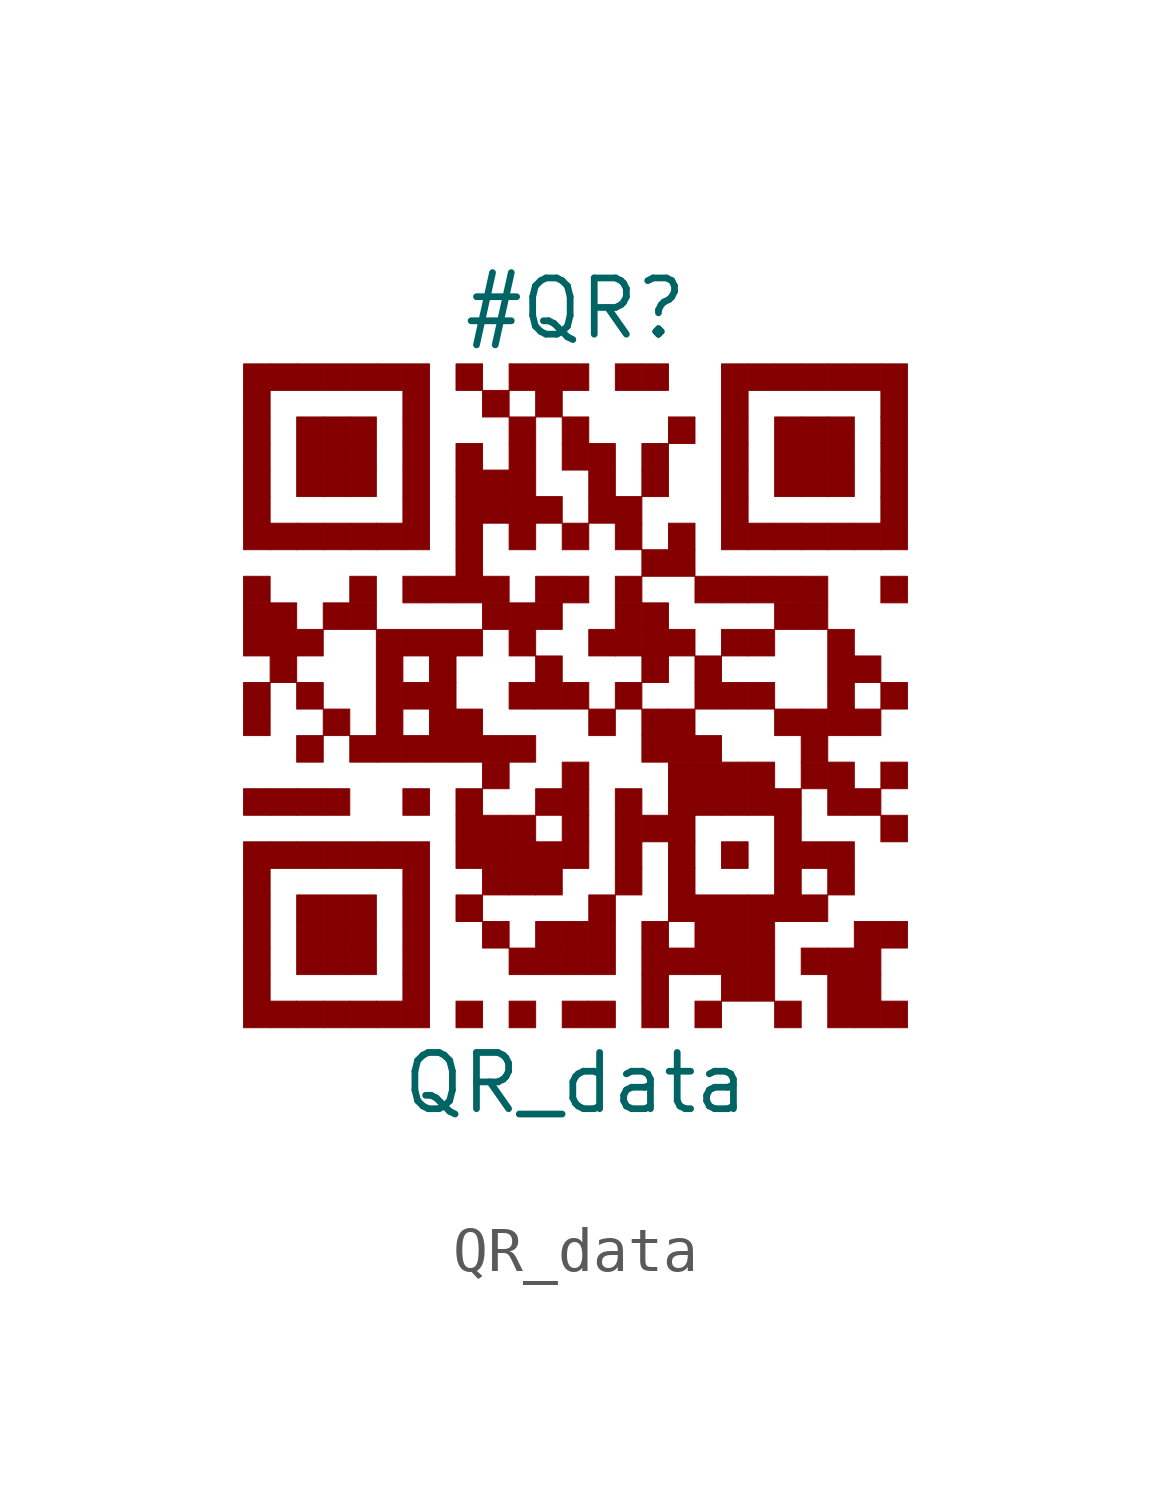
<source format=kicad_sym>
(kicad_symbol_lib
  (version 20211014)
  (generator kibot)
  (symbol "QR_data"
    (pin_numbers hide)
    (pin_names hide)
    (property "Reference" "#QR"
      (at 0 8.75 0))
    (property "Value" "QR_data"
      (at 0 -8.75 0))
    (rectangle
      (start -7.5 7.5)
      (end -6.9 6.9)
      (stroke (width 0.001) (type default))
      (fill (type outline)))
    (rectangle
      (start -6.9 7.5)
      (end -6.3 6.9)
      (stroke (width 0.001) (type default))
      (fill (type outline)))
    (rectangle
      (start -6.3 7.5)
      (end -5.7 6.9)
      (stroke (width 0.001) (type default))
      (fill (type outline)))
    (rectangle
      (start -5.7 7.5)
      (end -5.1 6.9)
      (stroke (width 0.001) (type default))
      (fill (type outline)))
    (rectangle
      (start -5.1 7.5)
      (end -4.5 6.9)
      (stroke (width 0.001) (type default))
      (fill (type outline)))
    (rectangle
      (start -4.5 7.5)
      (end -3.9 6.9)
      (stroke (width 0.001) (type default))
      (fill (type outline)))
    (rectangle
      (start -3.9 7.5)
      (end -3.3 6.9)
      (stroke (width 0.001) (type default))
      (fill (type outline)))
    (rectangle
      (start -2.7 7.5)
      (end -2.1 6.9)
      (stroke (width 0.001) (type default))
      (fill (type outline)))
    (rectangle
      (start -1.5 7.5)
      (end -0.9 6.9)
      (stroke (width 0.001) (type default))
      (fill (type outline)))
    (rectangle
      (start -0.9 7.5)
      (end -0.3 6.9)
      (stroke (width 0.001) (type default))
      (fill (type outline)))
    (rectangle
      (start -0.3 7.5)
      (end 0.3 6.9)
      (stroke (width 0.001) (type default))
      (fill (type outline)))
    (rectangle
      (start 0.9 7.5)
      (end 1.5 6.9)
      (stroke (width 0.001) (type default))
      (fill (type outline)))
    (rectangle
      (start 1.5 7.5)
      (end 2.1 6.9)
      (stroke (width 0.001) (type default))
      (fill (type outline)))
    (rectangle
      (start 3.3 7.5)
      (end 3.9 6.9)
      (stroke (width 0.001) (type default))
      (fill (type outline)))
    (rectangle
      (start 3.9 7.5)
      (end 4.5 6.9)
      (stroke (width 0.001) (type default))
      (fill (type outline)))
    (rectangle
      (start 4.5 7.5)
      (end 5.1 6.9)
      (stroke (width 0.001) (type default))
      (fill (type outline)))
    (rectangle
      (start 5.1 7.5)
      (end 5.7 6.9)
      (stroke (width 0.001) (type default))
      (fill (type outline)))
    (rectangle
      (start 5.7 7.5)
      (end 6.3 6.9)
      (stroke (width 0.001) (type default))
      (fill (type outline)))
    (rectangle
      (start 6.3 7.5)
      (end 6.9 6.9)
      (stroke (width 0.001) (type default))
      (fill (type outline)))
    (rectangle
      (start 6.9 7.5)
      (end 7.5 6.9)
      (stroke (width 0.001) (type default))
      (fill (type outline)))
    (rectangle
      (start -7.5 6.9)
      (end -6.9 6.3)
      (stroke (width 0.001) (type default))
      (fill (type outline)))
    (rectangle
      (start -3.9 6.9)
      (end -3.3 6.3)
      (stroke (width 0.001) (type default))
      (fill (type outline)))
    (rectangle
      (start -2.1 6.9)
      (end -1.5 6.3)
      (stroke (width 0.001) (type default))
      (fill (type outline)))
    (rectangle
      (start -0.9 6.9)
      (end -0.3 6.3)
      (stroke (width 0.001) (type default))
      (fill (type outline)))
    (rectangle
      (start 3.3 6.9)
      (end 3.9 6.3)
      (stroke (width 0.001) (type default))
      (fill (type outline)))
    (rectangle
      (start 6.9 6.9)
      (end 7.5 6.3)
      (stroke (width 0.001) (type default))
      (fill (type outline)))
    (rectangle
      (start -7.5 6.3)
      (end -6.9 5.7)
      (stroke (width 0.001) (type default))
      (fill (type outline)))
    (rectangle
      (start -6.3 6.3)
      (end -5.7 5.7)
      (stroke (width 0.001) (type default))
      (fill (type outline)))
    (rectangle
      (start -5.7 6.3)
      (end -5.1 5.7)
      (stroke (width 0.001) (type default))
      (fill (type outline)))
    (rectangle
      (start -5.1 6.3)
      (end -4.5 5.7)
      (stroke (width 0.001) (type default))
      (fill (type outline)))
    (rectangle
      (start -3.9 6.3)
      (end -3.3 5.7)
      (stroke (width 0.001) (type default))
      (fill (type outline)))
    (rectangle
      (start -1.5 6.3)
      (end -0.9 5.7)
      (stroke (width 0.001) (type default))
      (fill (type outline)))
    (rectangle
      (start -0.3 6.3)
      (end 0.3 5.7)
      (stroke (width 0.001) (type default))
      (fill (type outline)))
    (rectangle
      (start 2.1 6.3)
      (end 2.7 5.7)
      (stroke (width 0.001) (type default))
      (fill (type outline)))
    (rectangle
      (start 3.3 6.3)
      (end 3.9 5.7)
      (stroke (width 0.001) (type default))
      (fill (type outline)))
    (rectangle
      (start 4.5 6.3)
      (end 5.1 5.7)
      (stroke (width 0.001) (type default))
      (fill (type outline)))
    (rectangle
      (start 5.1 6.3)
      (end 5.7 5.7)
      (stroke (width 0.001) (type default))
      (fill (type outline)))
    (rectangle
      (start 5.7 6.3)
      (end 6.3 5.7)
      (stroke (width 0.001) (type default))
      (fill (type outline)))
    (rectangle
      (start 6.9 6.3)
      (end 7.5 5.7)
      (stroke (width 0.001) (type default))
      (fill (type outline)))
    (rectangle
      (start -7.5 5.7)
      (end -6.9 5.1)
      (stroke (width 0.001) (type default))
      (fill (type outline)))
    (rectangle
      (start -6.3 5.7)
      (end -5.7 5.1)
      (stroke (width 0.001) (type default))
      (fill (type outline)))
    (rectangle
      (start -5.7 5.7)
      (end -5.1 5.1)
      (stroke (width 0.001) (type default))
      (fill (type outline)))
    (rectangle
      (start -5.1 5.7)
      (end -4.5 5.1)
      (stroke (width 0.001) (type default))
      (fill (type outline)))
    (rectangle
      (start -3.9 5.7)
      (end -3.3 5.1)
      (stroke (width 0.001) (type default))
      (fill (type outline)))
    (rectangle
      (start -2.7 5.7)
      (end -2.1 5.1)
      (stroke (width 0.001) (type default))
      (fill (type outline)))
    (rectangle
      (start -1.5 5.7)
      (end -0.9 5.1)
      (stroke (width 0.001) (type default))
      (fill (type outline)))
    (rectangle
      (start -0.3 5.7)
      (end 0.3 5.1)
      (stroke (width 0.001) (type default))
      (fill (type outline)))
    (rectangle
      (start 0.3 5.7)
      (end 0.9 5.1)
      (stroke (width 0.001) (type default))
      (fill (type outline)))
    (rectangle
      (start 1.5 5.7)
      (end 2.1 5.1)
      (stroke (width 0.001) (type default))
      (fill (type outline)))
    (rectangle
      (start 3.3 5.7)
      (end 3.9 5.1)
      (stroke (width 0.001) (type default))
      (fill (type outline)))
    (rectangle
      (start 4.5 5.7)
      (end 5.1 5.1)
      (stroke (width 0.001) (type default))
      (fill (type outline)))
    (rectangle
      (start 5.1 5.7)
      (end 5.7 5.1)
      (stroke (width 0.001) (type default))
      (fill (type outline)))
    (rectangle
      (start 5.7 5.7)
      (end 6.3 5.1)
      (stroke (width 0.001) (type default))
      (fill (type outline)))
    (rectangle
      (start 6.9 5.7)
      (end 7.5 5.1)
      (stroke (width 0.001) (type default))
      (fill (type outline)))
    (rectangle
      (start -7.5 5.1)
      (end -6.9 4.5)
      (stroke (width 0.001) (type default))
      (fill (type outline)))
    (rectangle
      (start -6.3 5.1)
      (end -5.7 4.5)
      (stroke (width 0.001) (type default))
      (fill (type outline)))
    (rectangle
      (start -5.7 5.1)
      (end -5.1 4.5)
      (stroke (width 0.001) (type default))
      (fill (type outline)))
    (rectangle
      (start -5.1 5.1)
      (end -4.5 4.5)
      (stroke (width 0.001) (type default))
      (fill (type outline)))
    (rectangle
      (start -3.9 5.1)
      (end -3.3 4.5)
      (stroke (width 0.001) (type default))
      (fill (type outline)))
    (rectangle
      (start -2.7 5.1)
      (end -2.1 4.5)
      (stroke (width 0.001) (type default))
      (fill (type outline)))
    (rectangle
      (start -2.1 5.1)
      (end -1.5 4.5)
      (stroke (width 0.001) (type default))
      (fill (type outline)))
    (rectangle
      (start -1.5 5.1)
      (end -0.9 4.5)
      (stroke (width 0.001) (type default))
      (fill (type outline)))
    (rectangle
      (start 0.3 5.1)
      (end 0.9 4.5)
      (stroke (width 0.001) (type default))
      (fill (type outline)))
    (rectangle
      (start 1.5 5.1)
      (end 2.1 4.5)
      (stroke (width 0.001) (type default))
      (fill (type outline)))
    (rectangle
      (start 3.3 5.1)
      (end 3.9 4.5)
      (stroke (width 0.001) (type default))
      (fill (type outline)))
    (rectangle
      (start 4.5 5.1)
      (end 5.1 4.5)
      (stroke (width 0.001) (type default))
      (fill (type outline)))
    (rectangle
      (start 5.1 5.1)
      (end 5.7 4.5)
      (stroke (width 0.001) (type default))
      (fill (type outline)))
    (rectangle
      (start 5.7 5.1)
      (end 6.3 4.5)
      (stroke (width 0.001) (type default))
      (fill (type outline)))
    (rectangle
      (start 6.9 5.1)
      (end 7.5 4.5)
      (stroke (width 0.001) (type default))
      (fill (type outline)))
    (rectangle
      (start -7.5 4.5)
      (end -6.9 3.9)
      (stroke (width 0.001) (type default))
      (fill (type outline)))
    (rectangle
      (start -3.9 4.5)
      (end -3.3 3.9)
      (stroke (width 0.001) (type default))
      (fill (type outline)))
    (rectangle
      (start -2.7 4.5)
      (end -2.1 3.9)
      (stroke (width 0.001) (type default))
      (fill (type outline)))
    (rectangle
      (start -2.1 4.5)
      (end -1.5 3.9)
      (stroke (width 0.001) (type default))
      (fill (type outline)))
    (rectangle
      (start -1.5 4.5)
      (end -0.9 3.9)
      (stroke (width 0.001) (type default))
      (fill (type outline)))
    (rectangle
      (start -0.9 4.5)
      (end -0.3 3.9)
      (stroke (width 0.001) (type default))
      (fill (type outline)))
    (rectangle
      (start 0.3 4.5)
      (end 0.9 3.9)
      (stroke (width 0.001) (type default))
      (fill (type outline)))
    (rectangle
      (start 0.9 4.5)
      (end 1.5 3.9)
      (stroke (width 0.001) (type default))
      (fill (type outline)))
    (rectangle
      (start 3.3 4.5)
      (end 3.9 3.9)
      (stroke (width 0.001) (type default))
      (fill (type outline)))
    (rectangle
      (start 6.9 4.5)
      (end 7.5 3.9)
      (stroke (width 0.001) (type default))
      (fill (type outline)))
    (rectangle
      (start -7.5 3.9)
      (end -6.9 3.3)
      (stroke (width 0.001) (type default))
      (fill (type outline)))
    (rectangle
      (start -6.9 3.9)
      (end -6.3 3.3)
      (stroke (width 0.001) (type default))
      (fill (type outline)))
    (rectangle
      (start -6.3 3.9)
      (end -5.7 3.3)
      (stroke (width 0.001) (type default))
      (fill (type outline)))
    (rectangle
      (start -5.7 3.9)
      (end -5.1 3.3)
      (stroke (width 0.001) (type default))
      (fill (type outline)))
    (rectangle
      (start -5.1 3.9)
      (end -4.5 3.3)
      (stroke (width 0.001) (type default))
      (fill (type outline)))
    (rectangle
      (start -4.5 3.9)
      (end -3.9 3.3)
      (stroke (width 0.001) (type default))
      (fill (type outline)))
    (rectangle
      (start -3.9 3.9)
      (end -3.3 3.3)
      (stroke (width 0.001) (type default))
      (fill (type outline)))
    (rectangle
      (start -2.7 3.9)
      (end -2.1 3.3)
      (stroke (width 0.001) (type default))
      (fill (type outline)))
    (rectangle
      (start -1.5 3.9)
      (end -0.9 3.3)
      (stroke (width 0.001) (type default))
      (fill (type outline)))
    (rectangle
      (start -0.3 3.9)
      (end 0.3 3.3)
      (stroke (width 0.001) (type default))
      (fill (type outline)))
    (rectangle
      (start 0.9 3.9)
      (end 1.5 3.3)
      (stroke (width 0.001) (type default))
      (fill (type outline)))
    (rectangle
      (start 2.1 3.9)
      (end 2.7 3.3)
      (stroke (width 0.001) (type default))
      (fill (type outline)))
    (rectangle
      (start 3.3 3.9)
      (end 3.9 3.3)
      (stroke (width 0.001) (type default))
      (fill (type outline)))
    (rectangle
      (start 3.9 3.9)
      (end 4.5 3.3)
      (stroke (width 0.001) (type default))
      (fill (type outline)))
    (rectangle
      (start 4.5 3.9)
      (end 5.1 3.3)
      (stroke (width 0.001) (type default))
      (fill (type outline)))
    (rectangle
      (start 5.1 3.9)
      (end 5.7 3.3)
      (stroke (width 0.001) (type default))
      (fill (type outline)))
    (rectangle
      (start 5.7 3.9)
      (end 6.3 3.3)
      (stroke (width 0.001) (type default))
      (fill (type outline)))
    (rectangle
      (start 6.3 3.9)
      (end 6.9 3.3)
      (stroke (width 0.001) (type default))
      (fill (type outline)))
    (rectangle
      (start 6.9 3.9)
      (end 7.5 3.3)
      (stroke (width 0.001) (type default))
      (fill (type outline)))
    (rectangle
      (start -2.7 3.3)
      (end -2.1 2.7)
      (stroke (width 0.001) (type default))
      (fill (type outline)))
    (rectangle
      (start 1.5 3.3)
      (end 2.1 2.7)
      (stroke (width 0.001) (type default))
      (fill (type outline)))
    (rectangle
      (start 2.1 3.3)
      (end 2.7 2.7)
      (stroke (width 0.001) (type default))
      (fill (type outline)))
    (rectangle
      (start -7.5 2.7)
      (end -6.9 2.1)
      (stroke (width 0.001) (type default))
      (fill (type outline)))
    (rectangle
      (start -5.1 2.7)
      (end -4.5 2.1)
      (stroke (width 0.001) (type default))
      (fill (type outline)))
    (rectangle
      (start -3.9 2.7)
      (end -3.3 2.1)
      (stroke (width 0.001) (type default))
      (fill (type outline)))
    (rectangle
      (start -3.3 2.7)
      (end -2.7 2.1)
      (stroke (width 0.001) (type default))
      (fill (type outline)))
    (rectangle
      (start -2.7 2.7)
      (end -2.1 2.1)
      (stroke (width 0.001) (type default))
      (fill (type outline)))
    (rectangle
      (start -2.1 2.7)
      (end -1.5 2.1)
      (stroke (width 0.001) (type default))
      (fill (type outline)))
    (rectangle
      (start -0.9 2.7)
      (end -0.3 2.1)
      (stroke (width 0.001) (type default))
      (fill (type outline)))
    (rectangle
      (start -0.3 2.7)
      (end 0.3 2.1)
      (stroke (width 0.001) (type default))
      (fill (type outline)))
    (rectangle
      (start 0.9 2.7)
      (end 1.5 2.1)
      (stroke (width 0.001) (type default))
      (fill (type outline)))
    (rectangle
      (start 2.7 2.7)
      (end 3.3 2.1)
      (stroke (width 0.001) (type default))
      (fill (type outline)))
    (rectangle
      (start 3.3 2.7)
      (end 3.9 2.1)
      (stroke (width 0.001) (type default))
      (fill (type outline)))
    (rectangle
      (start 3.9 2.7)
      (end 4.5 2.1)
      (stroke (width 0.001) (type default))
      (fill (type outline)))
    (rectangle
      (start 4.5 2.7)
      (end 5.1 2.1)
      (stroke (width 0.001) (type default))
      (fill (type outline)))
    (rectangle
      (start 5.1 2.7)
      (end 5.7 2.1)
      (stroke (width 0.001) (type default))
      (fill (type outline)))
    (rectangle
      (start 6.9 2.7)
      (end 7.5 2.1)
      (stroke (width 0.001) (type default))
      (fill (type outline)))
    (rectangle
      (start -7.5 2.1)
      (end -6.9 1.5)
      (stroke (width 0.001) (type default))
      (fill (type outline)))
    (rectangle
      (start -6.9 2.1)
      (end -6.3 1.5)
      (stroke (width 0.001) (type default))
      (fill (type outline)))
    (rectangle
      (start -5.7 2.1)
      (end -5.1 1.5)
      (stroke (width 0.001) (type default))
      (fill (type outline)))
    (rectangle
      (start -5.1 2.1)
      (end -4.5 1.5)
      (stroke (width 0.001) (type default))
      (fill (type outline)))
    (rectangle
      (start -2.1 2.1)
      (end -1.5 1.5)
      (stroke (width 0.001) (type default))
      (fill (type outline)))
    (rectangle
      (start -1.5 2.1)
      (end -0.9 1.5)
      (stroke (width 0.001) (type default))
      (fill (type outline)))
    (rectangle
      (start -0.9 2.1)
      (end -0.3 1.5)
      (stroke (width 0.001) (type default))
      (fill (type outline)))
    (rectangle
      (start 0.9 2.1)
      (end 1.5 1.5)
      (stroke (width 0.001) (type default))
      (fill (type outline)))
    (rectangle
      (start 1.5 2.1)
      (end 2.1 1.5)
      (stroke (width 0.001) (type default))
      (fill (type outline)))
    (rectangle
      (start 4.5 2.1)
      (end 5.1 1.5)
      (stroke (width 0.001) (type default))
      (fill (type outline)))
    (rectangle
      (start 5.1 2.1)
      (end 5.7 1.5)
      (stroke (width 0.001) (type default))
      (fill (type outline)))
    (rectangle
      (start -7.5 1.5)
      (end -6.9 0.9)
      (stroke (width 0.001) (type default))
      (fill (type outline)))
    (rectangle
      (start -6.9 1.5)
      (end -6.3 0.9)
      (stroke (width 0.001) (type default))
      (fill (type outline)))
    (rectangle
      (start -6.3 1.5)
      (end -5.7 0.9)
      (stroke (width 0.001) (type default))
      (fill (type outline)))
    (rectangle
      (start -4.5 1.5)
      (end -3.9 0.9)
      (stroke (width 0.001) (type default))
      (fill (type outline)))
    (rectangle
      (start -3.9 1.5)
      (end -3.3 0.9)
      (stroke (width 0.001) (type default))
      (fill (type outline)))
    (rectangle
      (start -3.3 1.5)
      (end -2.7 0.9)
      (stroke (width 0.001) (type default))
      (fill (type outline)))
    (rectangle
      (start -2.7 1.5)
      (end -2.1 0.9)
      (stroke (width 0.001) (type default))
      (fill (type outline)))
    (rectangle
      (start -1.5 1.5)
      (end -0.9 0.9)
      (stroke (width 0.001) (type default))
      (fill (type outline)))
    (rectangle
      (start 0.3 1.5)
      (end 0.9 0.9)
      (stroke (width 0.001) (type default))
      (fill (type outline)))
    (rectangle
      (start 0.9 1.5)
      (end 1.5 0.9)
      (stroke (width 0.001) (type default))
      (fill (type outline)))
    (rectangle
      (start 1.5 1.5)
      (end 2.1 0.9)
      (stroke (width 0.001) (type default))
      (fill (type outline)))
    (rectangle
      (start 2.1 1.5)
      (end 2.7 0.9)
      (stroke (width 0.001) (type default))
      (fill (type outline)))
    (rectangle
      (start 3.3 1.5)
      (end 3.9 0.9)
      (stroke (width 0.001) (type default))
      (fill (type outline)))
    (rectangle
      (start 3.9 1.5)
      (end 4.5 0.9)
      (stroke (width 0.001) (type default))
      (fill (type outline)))
    (rectangle
      (start 5.7 1.5)
      (end 6.3 0.9)
      (stroke (width 0.001) (type default))
      (fill (type outline)))
    (rectangle
      (start -6.9 0.9)
      (end -6.3 0.3)
      (stroke (width 0.001) (type default))
      (fill (type outline)))
    (rectangle
      (start -4.5 0.9)
      (end -3.9 0.3)
      (stroke (width 0.001) (type default))
      (fill (type outline)))
    (rectangle
      (start -3.3 0.9)
      (end -2.7 0.3)
      (stroke (width 0.001) (type default))
      (fill (type outline)))
    (rectangle
      (start -0.9 0.9)
      (end -0.3 0.3)
      (stroke (width 0.001) (type default))
      (fill (type outline)))
    (rectangle
      (start 1.5 0.9)
      (end 2.1 0.3)
      (stroke (width 0.001) (type default))
      (fill (type outline)))
    (rectangle
      (start 2.7 0.9)
      (end 3.3 0.3)
      (stroke (width 0.001) (type default))
      (fill (type outline)))
    (rectangle
      (start 5.7 0.9)
      (end 6.3 0.3)
      (stroke (width 0.001) (type default))
      (fill (type outline)))
    (rectangle
      (start 6.3 0.9)
      (end 6.9 0.3)
      (stroke (width 0.001) (type default))
      (fill (type outline)))
    (rectangle
      (start -7.5 0.3)
      (end -6.9 -0.3)
      (stroke (width 0.001) (type default))
      (fill (type outline)))
    (rectangle
      (start -6.3 0.3)
      (end -5.7 -0.3)
      (stroke (width 0.001) (type default))
      (fill (type outline)))
    (rectangle
      (start -4.5 0.3)
      (end -3.9 -0.3)
      (stroke (width 0.001) (type default))
      (fill (type outline)))
    (rectangle
      (start -3.9 0.3)
      (end -3.3 -0.3)
      (stroke (width 0.001) (type default))
      (fill (type outline)))
    (rectangle
      (start -3.3 0.3)
      (end -2.7 -0.3)
      (stroke (width 0.001) (type default))
      (fill (type outline)))
    (rectangle
      (start -1.5 0.3)
      (end -0.9 -0.3)
      (stroke (width 0.001) (type default))
      (fill (type outline)))
    (rectangle
      (start -0.9 0.3)
      (end -0.3 -0.3)
      (stroke (width 0.001) (type default))
      (fill (type outline)))
    (rectangle
      (start -0.3 0.3)
      (end 0.3 -0.3)
      (stroke (width 0.001) (type default))
      (fill (type outline)))
    (rectangle
      (start 0.9 0.3)
      (end 1.5 -0.3)
      (stroke (width 0.001) (type default))
      (fill (type outline)))
    (rectangle
      (start 2.7 0.3)
      (end 3.3 -0.3)
      (stroke (width 0.001) (type default))
      (fill (type outline)))
    (rectangle
      (start 3.3 0.3)
      (end 3.9 -0.3)
      (stroke (width 0.001) (type default))
      (fill (type outline)))
    (rectangle
      (start 3.9 0.3)
      (end 4.5 -0.3)
      (stroke (width 0.001) (type default))
      (fill (type outline)))
    (rectangle
      (start 5.7 0.3)
      (end 6.3 -0.3)
      (stroke (width 0.001) (type default))
      (fill (type outline)))
    (rectangle
      (start 6.9 0.3)
      (end 7.5 -0.3)
      (stroke (width 0.001) (type default))
      (fill (type outline)))
    (rectangle
      (start -7.5 -0.3)
      (end -6.9 -0.9)
      (stroke (width 0.001) (type default))
      (fill (type outline)))
    (rectangle
      (start -5.7 -0.3)
      (end -5.1 -0.9)
      (stroke (width 0.001) (type default))
      (fill (type outline)))
    (rectangle
      (start -4.5 -0.3)
      (end -3.9 -0.9)
      (stroke (width 0.001) (type default))
      (fill (type outline)))
    (rectangle
      (start -3.3 -0.3)
      (end -2.7 -0.9)
      (stroke (width 0.001) (type default))
      (fill (type outline)))
    (rectangle
      (start -2.7 -0.3)
      (end -2.1 -0.9)
      (stroke (width 0.001) (type default))
      (fill (type outline)))
    (rectangle
      (start 0.3 -0.3)
      (end 0.9 -0.9)
      (stroke (width 0.001) (type default))
      (fill (type outline)))
    (rectangle
      (start 1.5 -0.3)
      (end 2.1 -0.9)
      (stroke (width 0.001) (type default))
      (fill (type outline)))
    (rectangle
      (start 2.1 -0.3)
      (end 2.7 -0.9)
      (stroke (width 0.001) (type default))
      (fill (type outline)))
    (rectangle
      (start 4.5 -0.3)
      (end 5.1 -0.9)
      (stroke (width 0.001) (type default))
      (fill (type outline)))
    (rectangle
      (start 5.1 -0.3)
      (end 5.7 -0.9)
      (stroke (width 0.001) (type default))
      (fill (type outline)))
    (rectangle
      (start 5.7 -0.3)
      (end 6.3 -0.9)
      (stroke (width 0.001) (type default))
      (fill (type outline)))
    (rectangle
      (start 6.3 -0.3)
      (end 6.9 -0.9)
      (stroke (width 0.001) (type default))
      (fill (type outline)))
    (rectangle
      (start -6.3 -0.9)
      (end -5.7 -1.5)
      (stroke (width 0.001) (type default))
      (fill (type outline)))
    (rectangle
      (start -5.1 -0.9)
      (end -4.5 -1.5)
      (stroke (width 0.001) (type default))
      (fill (type outline)))
    (rectangle
      (start -4.5 -0.9)
      (end -3.9 -1.5)
      (stroke (width 0.001) (type default))
      (fill (type outline)))
    (rectangle
      (start -3.9 -0.9)
      (end -3.3 -1.5)
      (stroke (width 0.001) (type default))
      (fill (type outline)))
    (rectangle
      (start -3.3 -0.9)
      (end -2.7 -1.5)
      (stroke (width 0.001) (type default))
      (fill (type outline)))
    (rectangle
      (start -2.7 -0.9)
      (end -2.1 -1.5)
      (stroke (width 0.001) (type default))
      (fill (type outline)))
    (rectangle
      (start -2.1 -0.9)
      (end -1.5 -1.5)
      (stroke (width 0.001) (type default))
      (fill (type outline)))
    (rectangle
      (start -1.5 -0.9)
      (end -0.9 -1.5)
      (stroke (width 0.001) (type default))
      (fill (type outline)))
    (rectangle
      (start 1.5 -0.9)
      (end 2.1 -1.5)
      (stroke (width 0.001) (type default))
      (fill (type outline)))
    (rectangle
      (start 2.1 -0.9)
      (end 2.7 -1.5)
      (stroke (width 0.001) (type default))
      (fill (type outline)))
    (rectangle
      (start 2.7 -0.9)
      (end 3.3 -1.5)
      (stroke (width 0.001) (type default))
      (fill (type outline)))
    (rectangle
      (start 5.1 -0.9)
      (end 5.7 -1.5)
      (stroke (width 0.001) (type default))
      (fill (type outline)))
    (rectangle
      (start -2.1 -1.5)
      (end -1.5 -2.1)
      (stroke (width 0.001) (type default))
      (fill (type outline)))
    (rectangle
      (start -0.3 -1.5)
      (end 0.3 -2.1)
      (stroke (width 0.001) (type default))
      (fill (type outline)))
    (rectangle
      (start 2.1 -1.5)
      (end 2.7 -2.1)
      (stroke (width 0.001) (type default))
      (fill (type outline)))
    (rectangle
      (start 2.7 -1.5)
      (end 3.3 -2.1)
      (stroke (width 0.001) (type default))
      (fill (type outline)))
    (rectangle
      (start 3.3 -1.5)
      (end 3.9 -2.1)
      (stroke (width 0.001) (type default))
      (fill (type outline)))
    (rectangle
      (start 3.9 -1.5)
      (end 4.5 -2.1)
      (stroke (width 0.001) (type default))
      (fill (type outline)))
    (rectangle
      (start 5.1 -1.5)
      (end 5.7 -2.1)
      (stroke (width 0.001) (type default))
      (fill (type outline)))
    (rectangle
      (start 5.7 -1.5)
      (end 6.3 -2.1)
      (stroke (width 0.001) (type default))
      (fill (type outline)))
    (rectangle
      (start 6.9 -1.5)
      (end 7.5 -2.1)
      (stroke (width 0.001) (type default))
      (fill (type outline)))
    (rectangle
      (start -7.5 -2.1)
      (end -6.9 -2.7)
      (stroke (width 0.001) (type default))
      (fill (type outline)))
    (rectangle
      (start -6.9 -2.1)
      (end -6.3 -2.7)
      (stroke (width 0.001) (type default))
      (fill (type outline)))
    (rectangle
      (start -6.3 -2.1)
      (end -5.7 -2.7)
      (stroke (width 0.001) (type default))
      (fill (type outline)))
    (rectangle
      (start -5.7 -2.1)
      (end -5.1 -2.7)
      (stroke (width 0.001) (type default))
      (fill (type outline)))
    (rectangle
      (start -3.9 -2.1)
      (end -3.3 -2.7)
      (stroke (width 0.001) (type default))
      (fill (type outline)))
    (rectangle
      (start -2.7 -2.1)
      (end -2.1 -2.7)
      (stroke (width 0.001) (type default))
      (fill (type outline)))
    (rectangle
      (start -0.9 -2.1)
      (end -0.3 -2.7)
      (stroke (width 0.001) (type default))
      (fill (type outline)))
    (rectangle
      (start -0.3 -2.1)
      (end 0.3 -2.7)
      (stroke (width 0.001) (type default))
      (fill (type outline)))
    (rectangle
      (start 0.9 -2.1)
      (end 1.5 -2.7)
      (stroke (width 0.001) (type default))
      (fill (type outline)))
    (rectangle
      (start 2.1 -2.1)
      (end 2.7 -2.7)
      (stroke (width 0.001) (type default))
      (fill (type outline)))
    (rectangle
      (start 2.7 -2.1)
      (end 3.3 -2.7)
      (stroke (width 0.001) (type default))
      (fill (type outline)))
    (rectangle
      (start 3.3 -2.1)
      (end 3.9 -2.7)
      (stroke (width 0.001) (type default))
      (fill (type outline)))
    (rectangle
      (start 3.9 -2.1)
      (end 4.5 -2.7)
      (stroke (width 0.001) (type default))
      (fill (type outline)))
    (rectangle
      (start 4.5 -2.1)
      (end 5.1 -2.7)
      (stroke (width 0.001) (type default))
      (fill (type outline)))
    (rectangle
      (start 5.7 -2.1)
      (end 6.3 -2.7)
      (stroke (width 0.001) (type default))
      (fill (type outline)))
    (rectangle
      (start 6.3 -2.1)
      (end 6.9 -2.7)
      (stroke (width 0.001) (type default))
      (fill (type outline)))
    (rectangle
      (start -2.7 -2.7)
      (end -2.1 -3.3)
      (stroke (width 0.001) (type default))
      (fill (type outline)))
    (rectangle
      (start -2.1 -2.7)
      (end -1.5 -3.3)
      (stroke (width 0.001) (type default))
      (fill (type outline)))
    (rectangle
      (start -1.5 -2.7)
      (end -0.9 -3.3)
      (stroke (width 0.001) (type default))
      (fill (type outline)))
    (rectangle
      (start -0.3 -2.7)
      (end 0.3 -3.3)
      (stroke (width 0.001) (type default))
      (fill (type outline)))
    (rectangle
      (start 0.9 -2.7)
      (end 1.5 -3.3)
      (stroke (width 0.001) (type default))
      (fill (type outline)))
    (rectangle
      (start 1.5 -2.7)
      (end 2.1 -3.3)
      (stroke (width 0.001) (type default))
      (fill (type outline)))
    (rectangle
      (start 2.1 -2.7)
      (end 2.7 -3.3)
      (stroke (width 0.001) (type default))
      (fill (type outline)))
    (rectangle
      (start 4.5 -2.7)
      (end 5.1 -3.3)
      (stroke (width 0.001) (type default))
      (fill (type outline)))
    (rectangle
      (start 6.9 -2.7)
      (end 7.5 -3.3)
      (stroke (width 0.001) (type default))
      (fill (type outline)))
    (rectangle
      (start -7.5 -3.3)
      (end -6.9 -3.9)
      (stroke (width 0.001) (type default))
      (fill (type outline)))
    (rectangle
      (start -6.9 -3.3)
      (end -6.3 -3.9)
      (stroke (width 0.001) (type default))
      (fill (type outline)))
    (rectangle
      (start -6.3 -3.3)
      (end -5.7 -3.9)
      (stroke (width 0.001) (type default))
      (fill (type outline)))
    (rectangle
      (start -5.7 -3.3)
      (end -5.1 -3.9)
      (stroke (width 0.001) (type default))
      (fill (type outline)))
    (rectangle
      (start -5.1 -3.3)
      (end -4.5 -3.9)
      (stroke (width 0.001) (type default))
      (fill (type outline)))
    (rectangle
      (start -4.5 -3.3)
      (end -3.9 -3.9)
      (stroke (width 0.001) (type default))
      (fill (type outline)))
    (rectangle
      (start -3.9 -3.3)
      (end -3.3 -3.9)
      (stroke (width 0.001) (type default))
      (fill (type outline)))
    (rectangle
      (start -2.7 -3.3)
      (end -2.1 -3.9)
      (stroke (width 0.001) (type default))
      (fill (type outline)))
    (rectangle
      (start -2.1 -3.3)
      (end -1.5 -3.9)
      (stroke (width 0.001) (type default))
      (fill (type outline)))
    (rectangle
      (start -1.5 -3.3)
      (end -0.9 -3.9)
      (stroke (width 0.001) (type default))
      (fill (type outline)))
    (rectangle
      (start -0.9 -3.3)
      (end -0.3 -3.9)
      (stroke (width 0.001) (type default))
      (fill (type outline)))
    (rectangle
      (start -0.3 -3.3)
      (end 0.3 -3.9)
      (stroke (width 0.001) (type default))
      (fill (type outline)))
    (rectangle
      (start 0.9 -3.3)
      (end 1.5 -3.9)
      (stroke (width 0.001) (type default))
      (fill (type outline)))
    (rectangle
      (start 2.1 -3.3)
      (end 2.7 -3.9)
      (stroke (width 0.001) (type default))
      (fill (type outline)))
    (rectangle
      (start 3.3 -3.3)
      (end 3.9 -3.9)
      (stroke (width 0.001) (type default))
      (fill (type outline)))
    (rectangle
      (start 4.5 -3.3)
      (end 5.1 -3.9)
      (stroke (width 0.001) (type default))
      (fill (type outline)))
    (rectangle
      (start 5.1 -3.3)
      (end 5.7 -3.9)
      (stroke (width 0.001) (type default))
      (fill (type outline)))
    (rectangle
      (start 5.7 -3.3)
      (end 6.3 -3.9)
      (stroke (width 0.001) (type default))
      (fill (type outline)))
    (rectangle
      (start -7.5 -3.9)
      (end -6.9 -4.5)
      (stroke (width 0.001) (type default))
      (fill (type outline)))
    (rectangle
      (start -3.9 -3.9)
      (end -3.3 -4.5)
      (stroke (width 0.001) (type default))
      (fill (type outline)))
    (rectangle
      (start -2.1 -3.9)
      (end -1.5 -4.5)
      (stroke (width 0.001) (type default))
      (fill (type outline)))
    (rectangle
      (start -1.5 -3.9)
      (end -0.9 -4.5)
      (stroke (width 0.001) (type default))
      (fill (type outline)))
    (rectangle
      (start -0.9 -3.9)
      (end -0.3 -4.5)
      (stroke (width 0.001) (type default))
      (fill (type outline)))
    (rectangle
      (start 0.9 -3.9)
      (end 1.5 -4.5)
      (stroke (width 0.001) (type default))
      (fill (type outline)))
    (rectangle
      (start 2.1 -3.9)
      (end 2.7 -4.5)
      (stroke (width 0.001) (type default))
      (fill (type outline)))
    (rectangle
      (start 4.5 -3.9)
      (end 5.1 -4.5)
      (stroke (width 0.001) (type default))
      (fill (type outline)))
    (rectangle
      (start 5.7 -3.9)
      (end 6.3 -4.5)
      (stroke (width 0.001) (type default))
      (fill (type outline)))
    (rectangle
      (start -7.5 -4.5)
      (end -6.9 -5.1)
      (stroke (width 0.001) (type default))
      (fill (type outline)))
    (rectangle
      (start -6.3 -4.5)
      (end -5.7 -5.1)
      (stroke (width 0.001) (type default))
      (fill (type outline)))
    (rectangle
      (start -5.7 -4.5)
      (end -5.1 -5.1)
      (stroke (width 0.001) (type default))
      (fill (type outline)))
    (rectangle
      (start -5.1 -4.5)
      (end -4.5 -5.1)
      (stroke (width 0.001) (type default))
      (fill (type outline)))
    (rectangle
      (start -3.9 -4.5)
      (end -3.3 -5.1)
      (stroke (width 0.001) (type default))
      (fill (type outline)))
    (rectangle
      (start -2.7 -4.5)
      (end -2.1 -5.1)
      (stroke (width 0.001) (type default))
      (fill (type outline)))
    (rectangle
      (start 0.3 -4.5)
      (end 0.9 -5.1)
      (stroke (width 0.001) (type default))
      (fill (type outline)))
    (rectangle
      (start 2.1 -4.5)
      (end 2.7 -5.1)
      (stroke (width 0.001) (type default))
      (fill (type outline)))
    (rectangle
      (start 2.7 -4.5)
      (end 3.3 -5.1)
      (stroke (width 0.001) (type default))
      (fill (type outline)))
    (rectangle
      (start 3.3 -4.5)
      (end 3.9 -5.1)
      (stroke (width 0.001) (type default))
      (fill (type outline)))
    (rectangle
      (start 3.9 -4.5)
      (end 4.5 -5.1)
      (stroke (width 0.001) (type default))
      (fill (type outline)))
    (rectangle
      (start 4.5 -4.5)
      (end 5.1 -5.1)
      (stroke (width 0.001) (type default))
      (fill (type outline)))
    (rectangle
      (start 5.1 -4.5)
      (end 5.7 -5.1)
      (stroke (width 0.001) (type default))
      (fill (type outline)))
    (rectangle
      (start -7.5 -5.1)
      (end -6.9 -5.7)
      (stroke (width 0.001) (type default))
      (fill (type outline)))
    (rectangle
      (start -6.3 -5.1)
      (end -5.7 -5.7)
      (stroke (width 0.001) (type default))
      (fill (type outline)))
    (rectangle
      (start -5.7 -5.1)
      (end -5.1 -5.7)
      (stroke (width 0.001) (type default))
      (fill (type outline)))
    (rectangle
      (start -5.1 -5.1)
      (end -4.5 -5.7)
      (stroke (width 0.001) (type default))
      (fill (type outline)))
    (rectangle
      (start -3.9 -5.1)
      (end -3.3 -5.7)
      (stroke (width 0.001) (type default))
      (fill (type outline)))
    (rectangle
      (start -2.1 -5.1)
      (end -1.5 -5.7)
      (stroke (width 0.001) (type default))
      (fill (type outline)))
    (rectangle
      (start -0.9 -5.1)
      (end -0.3 -5.7)
      (stroke (width 0.001) (type default))
      (fill (type outline)))
    (rectangle
      (start -0.3 -5.1)
      (end 0.3 -5.7)
      (stroke (width 0.001) (type default))
      (fill (type outline)))
    (rectangle
      (start 0.3 -5.1)
      (end 0.9 -5.7)
      (stroke (width 0.001) (type default))
      (fill (type outline)))
    (rectangle
      (start 1.5 -5.1)
      (end 2.1 -5.7)
      (stroke (width 0.001) (type default))
      (fill (type outline)))
    (rectangle
      (start 2.7 -5.1)
      (end 3.3 -5.7)
      (stroke (width 0.001) (type default))
      (fill (type outline)))
    (rectangle
      (start 3.3 -5.1)
      (end 3.9 -5.7)
      (stroke (width 0.001) (type default))
      (fill (type outline)))
    (rectangle
      (start 3.9 -5.1)
      (end 4.5 -5.7)
      (stroke (width 0.001) (type default))
      (fill (type outline)))
    (rectangle
      (start 6.3 -5.1)
      (end 6.9 -5.7)
      (stroke (width 0.001) (type default))
      (fill (type outline)))
    (rectangle
      (start 6.9 -5.1)
      (end 7.5 -5.7)
      (stroke (width 0.001) (type default))
      (fill (type outline)))
    (rectangle
      (start -7.5 -5.7)
      (end -6.9 -6.3)
      (stroke (width 0.001) (type default))
      (fill (type outline)))
    (rectangle
      (start -6.3 -5.7)
      (end -5.7 -6.3)
      (stroke (width 0.001) (type default))
      (fill (type outline)))
    (rectangle
      (start -5.7 -5.7)
      (end -5.1 -6.3)
      (stroke (width 0.001) (type default))
      (fill (type outline)))
    (rectangle
      (start -5.1 -5.7)
      (end -4.5 -6.3)
      (stroke (width 0.001) (type default))
      (fill (type outline)))
    (rectangle
      (start -3.9 -5.7)
      (end -3.3 -6.3)
      (stroke (width 0.001) (type default))
      (fill (type outline)))
    (rectangle
      (start -1.5 -5.7)
      (end -0.9 -6.3)
      (stroke (width 0.001) (type default))
      (fill (type outline)))
    (rectangle
      (start -0.9 -5.7)
      (end -0.3 -6.3)
      (stroke (width 0.001) (type default))
      (fill (type outline)))
    (rectangle
      (start -0.3 -5.7)
      (end 0.3 -6.3)
      (stroke (width 0.001) (type default))
      (fill (type outline)))
    (rectangle
      (start 0.3 -5.7)
      (end 0.9 -6.3)
      (stroke (width 0.001) (type default))
      (fill (type outline)))
    (rectangle
      (start 1.5 -5.7)
      (end 2.1 -6.3)
      (stroke (width 0.001) (type default))
      (fill (type outline)))
    (rectangle
      (start 2.1 -5.7)
      (end 2.7 -6.3)
      (stroke (width 0.001) (type default))
      (fill (type outline)))
    (rectangle
      (start 2.7 -5.7)
      (end 3.3 -6.3)
      (stroke (width 0.001) (type default))
      (fill (type outline)))
    (rectangle
      (start 3.3 -5.7)
      (end 3.9 -6.3)
      (stroke (width 0.001) (type default))
      (fill (type outline)))
    (rectangle
      (start 3.9 -5.7)
      (end 4.5 -6.3)
      (stroke (width 0.001) (type default))
      (fill (type outline)))
    (rectangle
      (start 5.1 -5.7)
      (end 5.7 -6.3)
      (stroke (width 0.001) (type default))
      (fill (type outline)))
    (rectangle
      (start 5.7 -5.7)
      (end 6.3 -6.3)
      (stroke (width 0.001) (type default))
      (fill (type outline)))
    (rectangle
      (start 6.3 -5.7)
      (end 6.9 -6.3)
      (stroke (width 0.001) (type default))
      (fill (type outline)))
    (rectangle
      (start -7.5 -6.3)
      (end -6.9 -6.9)
      (stroke (width 0.001) (type default))
      (fill (type outline)))
    (rectangle
      (start -3.9 -6.3)
      (end -3.3 -6.9)
      (stroke (width 0.001) (type default))
      (fill (type outline)))
    (rectangle
      (start 1.5 -6.3)
      (end 2.1 -6.9)
      (stroke (width 0.001) (type default))
      (fill (type outline)))
    (rectangle
      (start 3.3 -6.3)
      (end 3.9 -6.9)
      (stroke (width 0.001) (type default))
      (fill (type outline)))
    (rectangle
      (start 3.9 -6.3)
      (end 4.5 -6.9)
      (stroke (width 0.001) (type default))
      (fill (type outline)))
    (rectangle
      (start 5.7 -6.3)
      (end 6.3 -6.9)
      (stroke (width 0.001) (type default))
      (fill (type outline)))
    (rectangle
      (start 6.3 -6.3)
      (end 6.9 -6.9)
      (stroke (width 0.001) (type default))
      (fill (type outline)))
    (rectangle
      (start -7.5 -6.9)
      (end -6.9 -7.5)
      (stroke (width 0.001) (type default))
      (fill (type outline)))
    (rectangle
      (start -6.9 -6.9)
      (end -6.3 -7.5)
      (stroke (width 0.001) (type default))
      (fill (type outline)))
    (rectangle
      (start -6.3 -6.9)
      (end -5.7 -7.5)
      (stroke (width 0.001) (type default))
      (fill (type outline)))
    (rectangle
      (start -5.7 -6.9)
      (end -5.1 -7.5)
      (stroke (width 0.001) (type default))
      (fill (type outline)))
    (rectangle
      (start -5.1 -6.9)
      (end -4.5 -7.5)
      (stroke (width 0.001) (type default))
      (fill (type outline)))
    (rectangle
      (start -4.5 -6.9)
      (end -3.9 -7.5)
      (stroke (width 0.001) (type default))
      (fill (type outline)))
    (rectangle
      (start -3.9 -6.9)
      (end -3.3 -7.5)
      (stroke (width 0.001) (type default))
      (fill (type outline)))
    (rectangle
      (start -2.7 -6.9)
      (end -2.1 -7.5)
      (stroke (width 0.001) (type default))
      (fill (type outline)))
    (rectangle
      (start -1.5 -6.9)
      (end -0.9 -7.5)
      (stroke (width 0.001) (type default))
      (fill (type outline)))
    (rectangle
      (start -0.3 -6.9)
      (end 0.3 -7.5)
      (stroke (width 0.001) (type default))
      (fill (type outline)))
    (rectangle
      (start 0.3 -6.9)
      (end 0.9 -7.5)
      (stroke (width 0.001) (type default))
      (fill (type outline)))
    (rectangle
      (start 1.5 -6.9)
      (end 2.1 -7.5)
      (stroke (width 0.001) (type default))
      (fill (type outline)))
    (rectangle
      (start 2.7 -6.9)
      (end 3.3 -7.5)
      (stroke (width 0.001) (type default))
      (fill (type outline)))
    (rectangle
      (start 4.5 -6.9)
      (end 5.1 -7.5)
      (stroke (width 0.001) (type default))
      (fill (type outline)))
    (rectangle
      (start 5.7 -6.9)
      (end 6.3 -7.5)
      (stroke (width 0.001) (type default))
      (fill (type outline)))
    (rectangle
      (start 6.3 -6.9)
      (end 6.9 -7.5)
      (stroke (width 0.001) (type default))
      (fill (type outline)))
    (rectangle
      (start 6.9 -6.9)
      (end 7.5 -7.5)
      (stroke (width 0.001) (type default))
      (fill (type outline)))))
</source>
